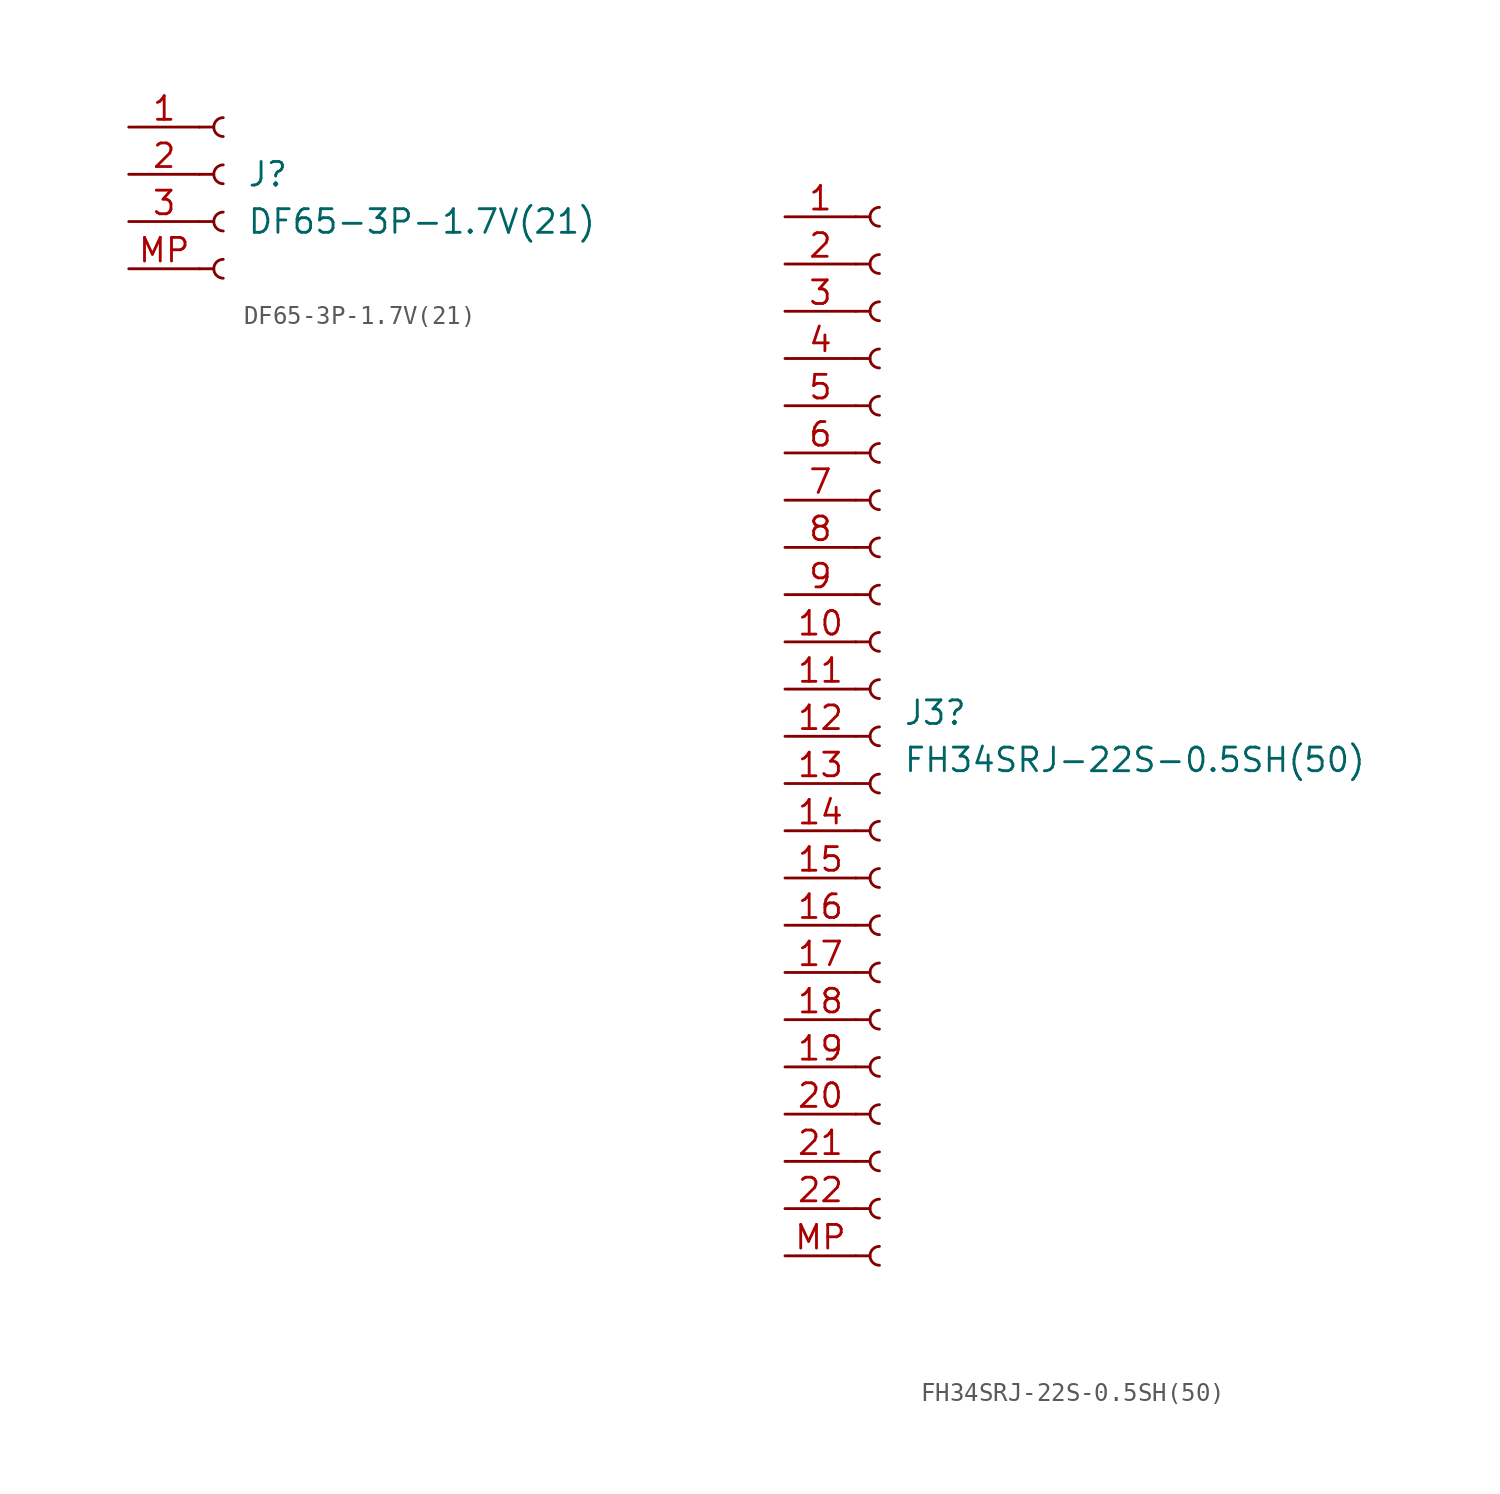
<source format=kicad_sym>
(kicad_symbol_lib
  (version 20241209)
  (generator "kicad_symbol_editor")
  (generator_version "9.0")
  (symbol "DF65-3P-1.7V(21)"
    (pin_names
      (offset 1.016)
      (hide yes))
    (property "Reference" "J"
      (at 1.27 0.0001 0)
      (effects (font (size 1.27 1.27)) (justify left)))
    (property "Value" "DF65-3P-1.7V(21)"
      (at 1.27 -2.54 0)
      (effects (font (size 1.27 1.27)) (justify left)))
    (symbol "DF65-3P-1.7V(21)_1_1"
      (polyline (pts (xy -1.27 2.54) (xy -0.508 2.54)) (stroke (width 0.152) (type default)) (fill (type none)))
      (polyline (pts (xy -1.27 0) (xy -0.508 0)) (stroke (width 0.152) (type default)) (fill (type none)))
      (polyline (pts (xy -1.27 -2.54) (xy -0.508 -2.54)) (stroke (width 0.152) (type default)) (fill (type none)))
      (polyline (pts (xy -1.27 -5.08) (xy -0.508 -5.08)) (stroke (width 0.152) (type default)) (fill (type none)))
      (arc (start 0 2.032) (mid -0.5058 2.54) (end 0 3.048) (stroke (width 0.1524) (type default)) (fill (type none)))
      (arc (start 0 -0.508) (mid -0.5058 0) (end 0 0.508) (stroke (width 0.1524) (type default)) (fill (type none)))
      (arc (start 0 -3.048) (mid -0.5058 -2.54) (end 0 -2.032) (stroke (width 0.1524) (type default)) (fill (type none)))
      (arc (start 0 -5.588) (mid -0.5058 -5.08) (end 0 -4.572) (stroke (width 0.1524) (type default)) (fill (type none)))
      (pin passive line (at -5.08 2.54 0) (length 3.81) (name "Pin_1" (effects (font (size 1.27 1.27)))) (number "1" (effects (font (size 1.27 1.27)))))
      (pin passive line (at -5.08 0 0) (length 3.81) (name "Pin_2" (effects (font (size 1.27 1.27)))) (number "2" (effects (font (size 1.27 1.27)))))
      (pin passive line (at -5.08 -2.54 0) (length 3.81) (name "Pin_3" (effects (font (size 1.27 1.27)))) (number "3" (effects (font (size 1.27 1.27)))))
      (pin passive line (at -5.08 -5.08 0) (length 3.81) (name "MP" (effects (font (size 1.27 1.27)))) (number "MP" (effects (font (size 1.27 1.27)))))))
  (symbol "FH34SRJ-22S-0.5SH(50)"
    (pin_names
      (offset 1.016)
      (hide yes))
    (property "Reference" "J3"
      (at 1.27 1.27 0)
      (effects (font (size 1.27 1.27)) (justify left)))
    (property "Value" "FH34SRJ-22S-0.5SH(50)"
      (at 1.27 -1.27 0)
      (effects (font (size 1.27 1.27)) (justify left)))
    (symbol "FH34SRJ-22S-0.5SH(50)_1_1"
      (polyline (pts (xy -1.27 27.94) (xy -0.508 27.94)) (stroke (width 0.152) (type default)) (fill (type none)))
      (polyline (pts (xy -1.27 25.4) (xy -0.508 25.4)) (stroke (width 0.152) (type default)) (fill (type none)))
      (polyline (pts (xy -1.27 22.86) (xy -0.508 22.86)) (stroke (width 0.152) (type default)) (fill (type none)))
      (polyline (pts (xy -1.27 20.32) (xy -0.508 20.32)) (stroke (width 0.152) (type default)) (fill (type none)))
      (polyline (pts (xy -1.27 17.78) (xy -0.508 17.78)) (stroke (width 0.152) (type default)) (fill (type none)))
      (polyline (pts (xy -1.27 15.24) (xy -0.508 15.24)) (stroke (width 0.152) (type default)) (fill (type none)))
      (polyline (pts (xy -1.27 12.7) (xy -0.508 12.7)) (stroke (width 0.152) (type default)) (fill (type none)))
      (polyline (pts (xy -1.27 10.16) (xy -0.508 10.16)) (stroke (width 0.152) (type default)) (fill (type none)))
      (polyline (pts (xy -1.27 7.62) (xy -0.508 7.62)) (stroke (width 0.152) (type default)) (fill (type none)))
      (polyline (pts (xy -1.27 5.08) (xy -0.508 5.08)) (stroke (width 0.152) (type default)) (fill (type none)))
      (polyline (pts (xy -1.27 2.54) (xy -0.508 2.54)) (stroke (width 0.152) (type default)) (fill (type none)))
      (polyline (pts (xy -1.27 0) (xy -0.508 0)) (stroke (width 0.152) (type default)) (fill (type none)))
      (polyline (pts (xy -1.27 -2.54) (xy -0.508 -2.54)) (stroke (width 0.152) (type default)) (fill (type none)))
      (polyline (pts (xy -1.27 -5.08) (xy -0.508 -5.08)) (stroke (width 0.152) (type default)) (fill (type none)))
      (polyline (pts (xy -1.27 -7.62) (xy -0.508 -7.62)) (stroke (width 0.152) (type default)) (fill (type none)))
      (polyline (pts (xy -1.27 -10.16) (xy -0.508 -10.16)) (stroke (width 0.152) (type default)) (fill (type none)))
      (polyline (pts (xy -1.27 -12.7) (xy -0.508 -12.7)) (stroke (width 0.152) (type default)) (fill (type none)))
      (polyline (pts (xy -1.27 -15.24) (xy -0.508 -15.24)) (stroke (width 0.152) (type default)) (fill (type none)))
      (polyline (pts (xy -1.27 -17.78) (xy -0.508 -17.78)) (stroke (width 0.152) (type default)) (fill (type none)))
      (polyline (pts (xy -1.27 -20.32) (xy -0.508 -20.32)) (stroke (width 0.152) (type default)) (fill (type none)))
      (polyline (pts (xy -1.27 -22.86) (xy -0.508 -22.86)) (stroke (width 0.152) (type default)) (fill (type none)))
      (polyline (pts (xy -1.27 -25.4) (xy -0.508 -25.4)) (stroke (width 0.152) (type default)) (fill (type none)))
      (polyline (pts (xy -1.27 -27.94) (xy -0.508 -27.94)) (stroke (width 0.152) (type default)) (fill (type none)))
      (arc (start 0 27.432) (mid -0.5058 27.94) (end 0 28.448) (stroke (width 0.1524) (type default)) (fill (type none)))
      (arc (start 0 24.892) (mid -0.5058 25.4) (end 0 25.908) (stroke (width 0.1524) (type default)) (fill (type none)))
      (arc (start 0 22.352) (mid -0.5058 22.86) (end 0 23.368) (stroke (width 0.1524) (type default)) (fill (type none)))
      (arc (start 0 19.812) (mid -0.5058 20.32) (end 0 20.828) (stroke (width 0.1524) (type default)) (fill (type none)))
      (arc (start 0 17.272) (mid -0.5058 17.78) (end 0 18.288) (stroke (width 0.1524) (type default)) (fill (type none)))
      (arc (start 0 14.732) (mid -0.5058 15.24) (end 0 15.748) (stroke (width 0.1524) (type default)) (fill (type none)))
      (arc (start 0 12.192) (mid -0.5058 12.7) (end 0 13.208) (stroke (width 0.1524) (type default)) (fill (type none)))
      (arc (start 0 9.652) (mid -0.5058 10.16) (end 0 10.668) (stroke (width 0.1524) (type default)) (fill (type none)))
      (arc (start 0 7.112) (mid -0.5058 7.62) (end 0 8.128) (stroke (width 0.1524) (type default)) (fill (type none)))
      (arc (start 0 4.572) (mid -0.5058 5.08) (end 0 5.588) (stroke (width 0.1524) (type default)) (fill (type none)))
      (arc (start 0 2.032) (mid -0.5058 2.54) (end 0 3.048) (stroke (width 0.1524) (type default)) (fill (type none)))
      (arc (start 0 -0.508) (mid -0.5058 0) (end 0 0.508) (stroke (width 0.1524) (type default)) (fill (type none)))
      (arc (start 0 -3.048) (mid -0.5058 -2.54) (end 0 -2.032) (stroke (width 0.1524) (type default)) (fill (type none)))
      (arc (start 0 -5.588) (mid -0.5058 -5.08) (end 0 -4.572) (stroke (width 0.1524) (type default)) (fill (type none)))
      (arc (start 0 -8.128) (mid -0.5058 -7.62) (end 0 -7.112) (stroke (width 0.1524) (type default)) (fill (type none)))
      (arc (start 0 -10.668) (mid -0.5058 -10.16) (end 0 -9.652) (stroke (width 0.1524) (type default)) (fill (type none)))
      (arc (start 0 -13.208) (mid -0.5058 -12.7) (end 0 -12.192) (stroke (width 0.1524) (type default)) (fill (type none)))
      (arc (start 0 -15.748) (mid -0.5058 -15.24) (end 0 -14.732) (stroke (width 0.1524) (type default)) (fill (type none)))
      (arc (start 0 -18.288) (mid -0.5058 -17.78) (end 0 -17.272) (stroke (width 0.1524) (type default)) (fill (type none)))
      (arc (start 0 -20.828) (mid -0.5058 -20.32) (end 0 -19.812) (stroke (width 0.1524) (type default)) (fill (type none)))
      (arc (start 0 -23.368) (mid -0.5058 -22.86) (end 0 -22.352) (stroke (width 0.1524) (type default)) (fill (type none)))
      (arc (start 0 -25.908) (mid -0.5058 -25.4) (end 0 -24.892) (stroke (width 0.1524) (type default)) (fill (type none)))
      (arc (start 0 -28.448) (mid -0.5058 -27.94) (end 0 -27.432) (stroke (width 0.1524) (type default)) (fill (type none)))
      (pin passive line (at -5.08 27.94 0) (length 3.81) (name "Pin_1" (effects (font (size 1.27 1.27)))) (number "1" (effects (font (size 1.27 1.27)))))
      (pin passive line (at -5.08 25.4 0) (length 3.81) (name "Pin_2" (effects (font (size 1.27 1.27)))) (number "2" (effects (font (size 1.27 1.27)))))
      (pin passive line (at -5.08 22.86 0) (length 3.81) (name "Pin_3" (effects (font (size 1.27 1.27)))) (number "3" (effects (font (size 1.27 1.27)))))
      (pin passive line (at -5.08 20.32 0) (length 3.81) (name "Pin_4" (effects (font (size 1.27 1.27)))) (number "4" (effects (font (size 1.27 1.27)))))
      (pin passive line (at -5.08 17.78 0) (length 3.81) (name "Pin_5" (effects (font (size 1.27 1.27)))) (number "5" (effects (font (size 1.27 1.27)))))
      (pin passive line (at -5.08 15.24 0) (length 3.81) (name "Pin_6" (effects (font (size 1.27 1.27)))) (number "6" (effects (font (size 1.27 1.27)))))
      (pin passive line (at -5.08 12.7 0) (length 3.81) (name "Pin_7" (effects (font (size 1.27 1.27)))) (number "7" (effects (font (size 1.27 1.27)))))
      (pin passive line (at -5.08 10.16 0) (length 3.81) (name "Pin_8" (effects (font (size 1.27 1.27)))) (number "8" (effects (font (size 1.27 1.27)))))
      (pin passive line (at -5.08 7.62 0) (length 3.81) (name "Pin_9" (effects (font (size 1.27 1.27)))) (number "9" (effects (font (size 1.27 1.27)))))
      (pin passive line (at -5.08 5.08 0) (length 3.81) (name "Pin_10" (effects (font (size 1.27 1.27)))) (number "10" (effects (font (size 1.27 1.27)))))
      (pin passive line (at -5.08 2.54 0) (length 3.81) (name "Pin_11" (effects (font (size 1.27 1.27)))) (number "11" (effects (font (size 1.27 1.27)))))
      (pin passive line (at -5.08 0 0) (length 3.81) (name "Pin_12" (effects (font (size 1.27 1.27)))) (number "12" (effects (font (size 1.27 1.27)))))
      (pin passive line (at -5.08 -2.54 0) (length 3.81) (name "Pin_13" (effects (font (size 1.27 1.27)))) (number "13" (effects (font (size 1.27 1.27)))))
      (pin passive line (at -5.08 -5.08 0) (length 3.81) (name "Pin_14" (effects (font (size 1.27 1.27)))) (number "14" (effects (font (size 1.27 1.27)))))
      (pin passive line (at -5.08 -7.62 0) (length 3.81) (name "Pin_15" (effects (font (size 1.27 1.27)))) (number "15" (effects (font (size 1.27 1.27)))))
      (pin passive line (at -5.08 -10.16 0) (length 3.81) (name "Pin_16" (effects (font (size 1.27 1.27)))) (number "16" (effects (font (size 1.27 1.27)))))
      (pin passive line (at -5.08 -12.7 0) (length 3.81) (name "Pin_17" (effects (font (size 1.27 1.27)))) (number "17" (effects (font (size 1.27 1.27)))))
      (pin passive line (at -5.08 -15.24 0) (length 3.81) (name "Pin_18" (effects (font (size 1.27 1.27)))) (number "18" (effects (font (size 1.27 1.27)))))
      (pin passive line (at -5.08 -17.78 0) (length 3.81) (name "Pin_19" (effects (font (size 1.27 1.27)))) (number "19" (effects (font (size 1.27 1.27)))))
      (pin passive line (at -5.08 -20.32 0) (length 3.81) (name "Pin_20" (effects (font (size 1.27 1.27)))) (number "20" (effects (font (size 1.27 1.27)))))
      (pin passive line (at -5.08 -22.86 0) (length 3.81) (name "Pin_21" (effects (font (size 1.27 1.27)))) (number "21" (effects (font (size 1.27 1.27)))))
      (pin passive line (at -5.08 -25.4 0) (length 3.81) (name "Pin_22" (effects (font (size 1.27 1.27)))) (number "22" (effects (font (size 1.27 1.27)))))
      (pin passive line (at -5.08 -27.94 0) (length 3.81) (name "Pin_23" (effects (font (size 1.27 1.27)))) (number "MP" (effects (font (size 1.27 1.27))))))))
</source>
